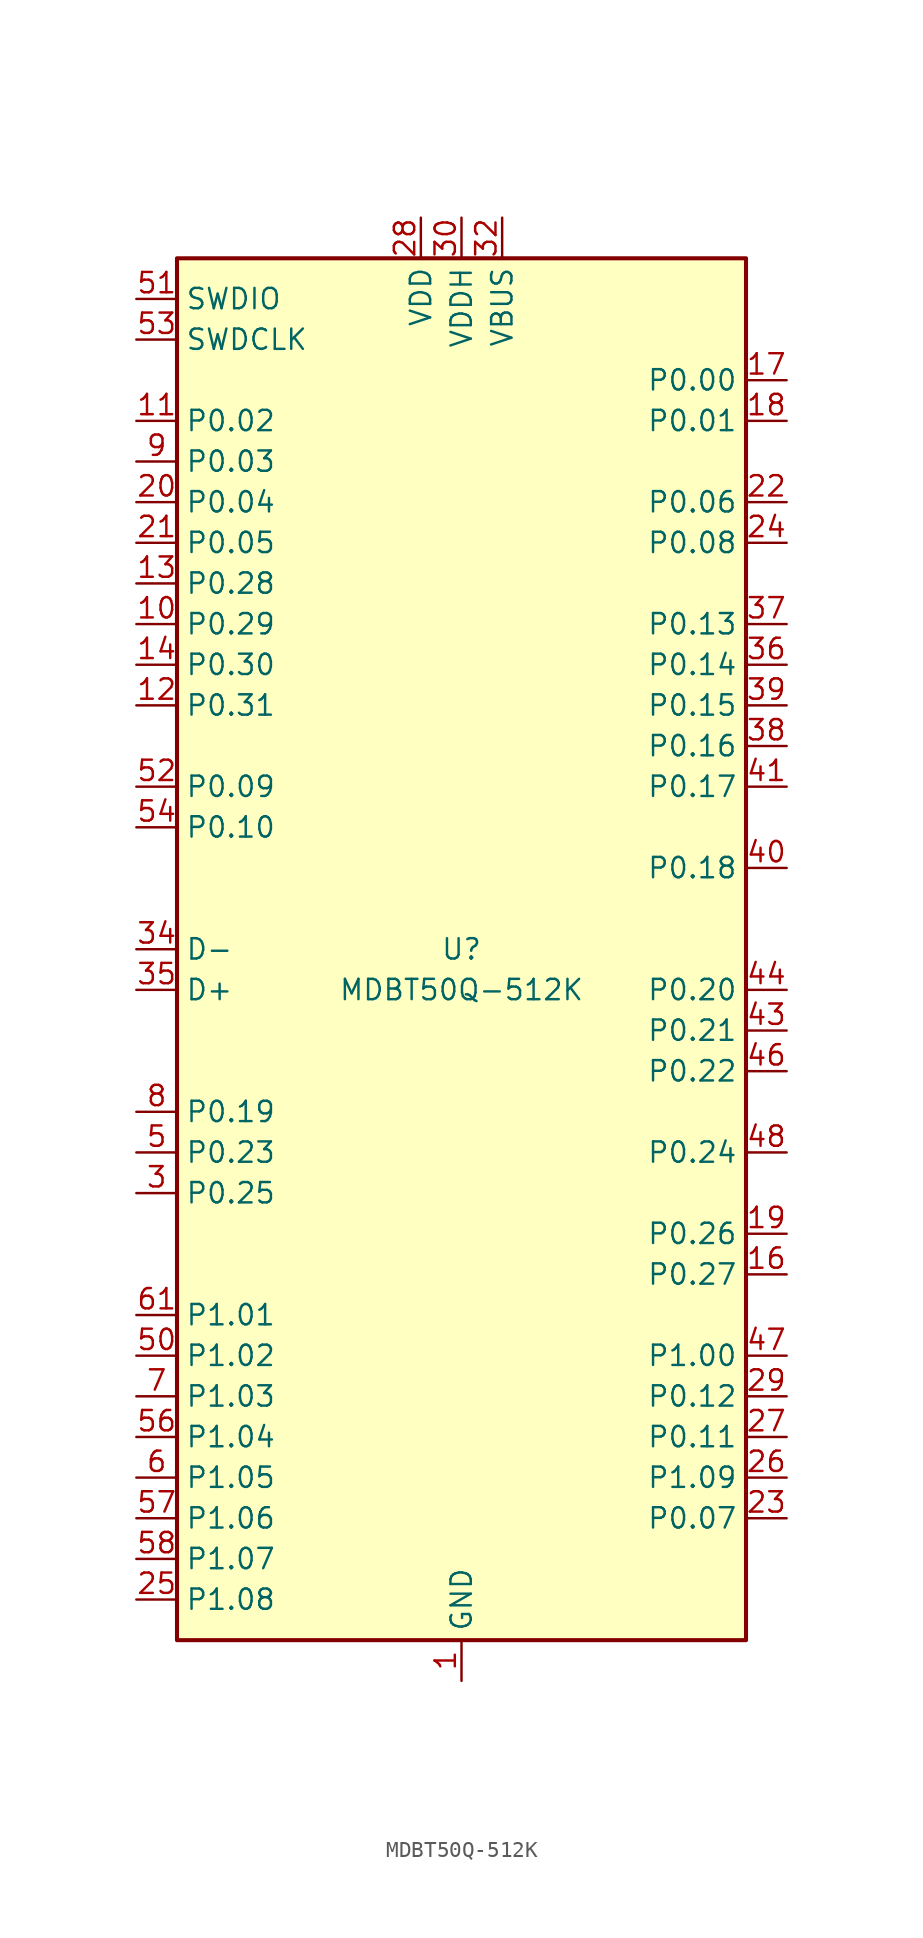
<source format=kicad_sym>
(kicad_symbol_lib
  (version 20241209)
  (generator "kicad_symbol_editor")
  (generator_version "9.0")
  (symbol "MDBT50Q-512K"
    (property "Reference" "U"
      (at 0 0 0)
      (effects (font (size 1.27 1.27))))
    (property "Value" "MDBT50Q-512K"
      (at 0 -2.54 0)
      (effects (font (size 1.27 1.27))))
    (symbol "MDBT50Q-512K_0_1"
      (rectangle (start -17.78 43.18) (end 17.78 -43.18) (stroke (width 0.254) (type default)) (fill (type background))))
    (symbol "MDBT50Q-512K_1_1"
      (pin bidirectional line (at -20.32 40.64 0) (length 2.54) (name "SWDIO" (effects (font (size 1.27 1.27)))) (number "51" (effects (font (size 1.27 1.27)))))
      (pin input line (at -20.32 38.1 0) (length 2.54) (name "SWDCLK" (effects (font (size 1.27 1.27)))) (number "53" (effects (font (size 1.27 1.27)))))
      (pin bidirectional line (at -20.32 33.02 0) (length 2.54) (name "P0.02" (effects (font (size 1.27 1.27)))) (number "11" (effects (font (size 1.27 1.27)))) (alternate "AIN0" input line))
      (pin bidirectional line (at -20.32 30.48 0) (length 2.54) (name "P0.03" (effects (font (size 1.27 1.27)))) (number "9" (effects (font (size 1.27 1.27)))) (alternate "AIN1" input line))
      (pin bidirectional line (at -20.32 27.94 0) (length 2.54) (name "P0.04" (effects (font (size 1.27 1.27)))) (number "20" (effects (font (size 1.27 1.27)))) (alternate "AIN2" input line))
      (pin bidirectional line (at -20.32 25.4 0) (length 2.54) (name "P0.05" (effects (font (size 1.27 1.27)))) (number "21" (effects (font (size 1.27 1.27)))) (alternate "AIN3" input line))
      (pin bidirectional line (at -20.32 22.86 0) (length 2.54) (name "P0.28" (effects (font (size 1.27 1.27)))) (number "13" (effects (font (size 1.27 1.27)))) (alternate "AIN4" input line))
      (pin bidirectional line (at -20.32 20.32 0) (length 2.54) (name "P0.29" (effects (font (size 1.27 1.27)))) (number "10" (effects (font (size 1.27 1.27)))) (alternate "AIN5" input line))
      (pin bidirectional line (at -20.32 17.78 0) (length 2.54) (name "P0.30" (effects (font (size 1.27 1.27)))) (number "14" (effects (font (size 1.27 1.27)))) (alternate "AIN6" input line))
      (pin bidirectional line (at -20.32 15.24 0) (length 2.54) (name "P0.31" (effects (font (size 1.27 1.27)))) (number "12" (effects (font (size 1.27 1.27)))) (alternate "AIN7" input line))
      (pin bidirectional line (at -20.32 10.16 0) (length 2.54) (name "P0.09" (effects (font (size 1.27 1.27)))) (number "52" (effects (font (size 1.27 1.27)))) (alternate "NFC1" input line))
      (pin bidirectional line (at -20.32 7.62 0) (length 2.54) (name "P0.10" (effects (font (size 1.27 1.27)))) (number "54" (effects (font (size 1.27 1.27)))) (alternate "NFC2" input line))
      (pin bidirectional line (at -20.32 0 0) (length 2.54) (name "D-" (effects (font (size 1.27 1.27)))) (number "34" (effects (font (size 1.27 1.27)))))
      (pin bidirectional line (at -20.32 -2.54 0) (length 2.54) (name "D+" (effects (font (size 1.27 1.27)))) (number "35" (effects (font (size 1.27 1.27)))))
      (pin bidirectional line (at -20.32 -10.16 0) (length 2.54) (name "P0.19" (effects (font (size 1.27 1.27)))) (number "8" (effects (font (size 1.27 1.27)))))
      (pin bidirectional line (at -20.32 -12.7 0) (length 2.54) (name "P0.23" (effects (font (size 1.27 1.27)))) (number "5" (effects (font (size 1.27 1.27)))))
      (pin bidirectional line (at -20.32 -15.24 0) (length 2.54) (name "P0.25" (effects (font (size 1.27 1.27)))) (number "3" (effects (font (size 1.27 1.27)))))
      (pin bidirectional line (at -20.32 -22.86 0) (length 2.54) (name "P1.01" (effects (font (size 1.27 1.27)))) (number "61" (effects (font (size 1.27 1.27)))))
      (pin bidirectional line (at -20.32 -25.4 0) (length 2.54) (name "P1.02" (effects (font (size 1.27 1.27)))) (number "50" (effects (font (size 1.27 1.27)))))
      (pin bidirectional line (at -20.32 -27.94 0) (length 2.54) (name "P1.03" (effects (font (size 1.27 1.27)))) (number "7" (effects (font (size 1.27 1.27)))))
      (pin bidirectional line (at -20.32 -30.48 0) (length 2.54) (name "P1.04" (effects (font (size 1.27 1.27)))) (number "56" (effects (font (size 1.27 1.27)))))
      (pin bidirectional line (at -20.32 -33.02 0) (length 2.54) (name "P1.05" (effects (font (size 1.27 1.27)))) (number "6" (effects (font (size 1.27 1.27)))))
      (pin bidirectional line (at -20.32 -35.56 0) (length 2.54) (name "P1.06" (effects (font (size 1.27 1.27)))) (number "57" (effects (font (size 1.27 1.27)))))
      (pin bidirectional line (at -20.32 -38.1 0) (length 2.54) (name "P1.07" (effects (font (size 1.27 1.27)))) (number "58" (effects (font (size 1.27 1.27)))))
      (pin bidirectional line (at -20.32 -40.64 0) (length 2.54) (name "P1.08" (effects (font (size 1.27 1.27)))) (number "25" (effects (font (size 1.27 1.27)))))
      (pin no_connect line (at -17.78 -17.78 0) (length 2.54) (hide yes) (name "NC" (effects (font (size 1.27 1.27)))) (number "4" (effects (font (size 1.27 1.27)))))
      (pin power_in line (at -2.54 45.72 270) (length 2.54) (name "VDD" (effects (font (size 1.27 1.27)))) (number "28" (effects (font (size 1.27 1.27)))))
      (pin power_in line (at 0 45.72 270) (length 2.54) (name "VDDH" (effects (font (size 1.27 1.27)))) (number "30" (effects (font (size 1.27 1.27)))))
      (pin power_in line (at 0 -45.72 90) (length 2.54) (name "GND" (effects (font (size 1.27 1.27)))) (number "1" (effects (font (size 1.27 1.27)))))
      (pin passive line (at 0 -45.72 90) (length 2.54) (hide yes) (name "GND" (effects (font (size 1.27 1.27)))) (number "15" (effects (font (size 1.27 1.27)))))
      (pin passive line (at 0 -45.72 90) (length 2.54) (hide yes) (name "GND" (effects (font (size 1.27 1.27)))) (number "2" (effects (font (size 1.27 1.27)))))
      (pin passive line (at 0 -45.72 90) (length 2.54) (hide yes) (name "GND" (effects (font (size 1.27 1.27)))) (number "33" (effects (font (size 1.27 1.27)))))
      (pin passive line (at 0 -45.72 90) (length 2.54) (hide yes) (name "GND" (effects (font (size 1.27 1.27)))) (number "55" (effects (font (size 1.27 1.27)))))
      (pin power_in line (at 2.54 45.72 270) (length 2.54) (name "VBUS" (effects (font (size 1.27 1.27)))) (number "32" (effects (font (size 1.27 1.27)))))
      (pin no_connect line (at 5.08 43.18 270) (length 2.54) (hide yes) (name "NC" (effects (font (size 1.27 1.27)))) (number "31" (effects (font (size 1.27 1.27)))))
      (pin no_connect line (at 17.78 40.64 180) (length 2.54) (hide yes) (name "NC" (effects (font (size 1.27 1.27)))) (number "60" (effects (font (size 1.27 1.27)))))
      (pin no_connect line (at 17.78 38.1 180) (length 2.54) (hide yes) (name "NC" (effects (font (size 1.27 1.27)))) (number "59" (effects (font (size 1.27 1.27)))))
      (pin no_connect line (at 17.78 0 180) (length 2.54) (hide yes) (name "P0.19" (effects (font (size 1.27 1.27)))) (number "42" (effects (font (size 1.27 1.27)))))
      (pin no_connect line (at 17.78 -10.16 180) (length 2.54) (hide yes) (name "NC" (effects (font (size 1.27 1.27)))) (number "45" (effects (font (size 1.27 1.27)))))
      (pin no_connect line (at 17.78 -15.24 180) (length 2.54) (hide yes) (name "NC" (effects (font (size 1.27 1.27)))) (number "49" (effects (font (size 1.27 1.27)))))
      (pin bidirectional line (at 20.32 35.56 180) (length 2.54) (name "P0.00" (effects (font (size 1.27 1.27)))) (number "17" (effects (font (size 1.27 1.27)))) (alternate "XL1" input line))
      (pin bidirectional line (at 20.32 33.02 180) (length 2.54) (name "P0.01" (effects (font (size 1.27 1.27)))) (number "18" (effects (font (size 1.27 1.27)))) (alternate "XL2" input line))
      (pin bidirectional line (at 20.32 27.94 180) (length 2.54) (name "P0.06" (effects (font (size 1.27 1.27)))) (number "22" (effects (font (size 1.27 1.27)))))
      (pin bidirectional line (at 20.32 25.4 180) (length 2.54) (name "P0.08" (effects (font (size 1.27 1.27)))) (number "24" (effects (font (size 1.27 1.27)))))
      (pin bidirectional line (at 20.32 20.32 180) (length 2.54) (name "P0.13" (effects (font (size 1.27 1.27)))) (number "37" (effects (font (size 1.27 1.27)))))
      (pin bidirectional line (at 20.32 17.78 180) (length 2.54) (name "P0.14" (effects (font (size 1.27 1.27)))) (number "36" (effects (font (size 1.27 1.27)))))
      (pin bidirectional line (at 20.32 15.24 180) (length 2.54) (name "P0.15" (effects (font (size 1.27 1.27)))) (number "39" (effects (font (size 1.27 1.27)))))
      (pin bidirectional line (at 20.32 12.7 180) (length 2.54) (name "P0.16" (effects (font (size 1.27 1.27)))) (number "38" (effects (font (size 1.27 1.27)))))
      (pin bidirectional line (at 20.32 10.16 180) (length 2.54) (name "P0.17" (effects (font (size 1.27 1.27)))) (number "41" (effects (font (size 1.27 1.27)))))
      (pin bidirectional line (at 20.32 5.08 180) (length 2.54) (name "P0.18" (effects (font (size 1.27 1.27)))) (number "40" (effects (font (size 1.27 1.27)))) (alternate "~{RESET}" input line))
      (pin bidirectional line (at 20.32 -2.54 180) (length 2.54) (name "P0.20" (effects (font (size 1.27 1.27)))) (number "44" (effects (font (size 1.27 1.27)))))
      (pin bidirectional line (at 20.32 -5.08 180) (length 2.54) (name "P0.21" (effects (font (size 1.27 1.27)))) (number "43" (effects (font (size 1.27 1.27)))))
      (pin bidirectional line (at 20.32 -7.62 180) (length 2.54) (name "P0.22" (effects (font (size 1.27 1.27)))) (number "46" (effects (font (size 1.27 1.27)))))
      (pin bidirectional line (at 20.32 -12.7 180) (length 2.54) (name "P0.24" (effects (font (size 1.27 1.27)))) (number "48" (effects (font (size 1.27 1.27)))))
      (pin bidirectional line (at 20.32 -17.78 180) (length 2.54) (name "P0.26" (effects (font (size 1.27 1.27)))) (number "19" (effects (font (size 1.27 1.27)))))
      (pin bidirectional line (at 20.32 -20.32 180) (length 2.54) (name "P0.27" (effects (font (size 1.27 1.27)))) (number "16" (effects (font (size 1.27 1.27)))))
      (pin bidirectional line (at 20.32 -25.4 180) (length 2.54) (name "P1.00" (effects (font (size 1.27 1.27)))) (number "47" (effects (font (size 1.27 1.27)))) (alternate "TRACEDATA0" output line))
      (pin bidirectional line (at 20.32 -27.94 180) (length 2.54) (name "P0.12" (effects (font (size 1.27 1.27)))) (number "29" (effects (font (size 1.27 1.27)))) (alternate "TRACEDATA1" output line))
      (pin bidirectional line (at 20.32 -30.48 180) (length 2.54) (name "P0.11" (effects (font (size 1.27 1.27)))) (number "27" (effects (font (size 1.27 1.27)))) (alternate "TRACEDATA2" output line))
      (pin bidirectional line (at 20.32 -33.02 180) (length 2.54) (name "P1.09" (effects (font (size 1.27 1.27)))) (number "26" (effects (font (size 1.27 1.27)))) (alternate "TRACEDATA3" output line))
      (pin bidirectional line (at 20.32 -35.56 180) (length 2.54) (name "P0.07" (effects (font (size 1.27 1.27)))) (number "23" (effects (font (size 1.27 1.27)))) (alternate "TRACECLK" output line)))))
</source>
